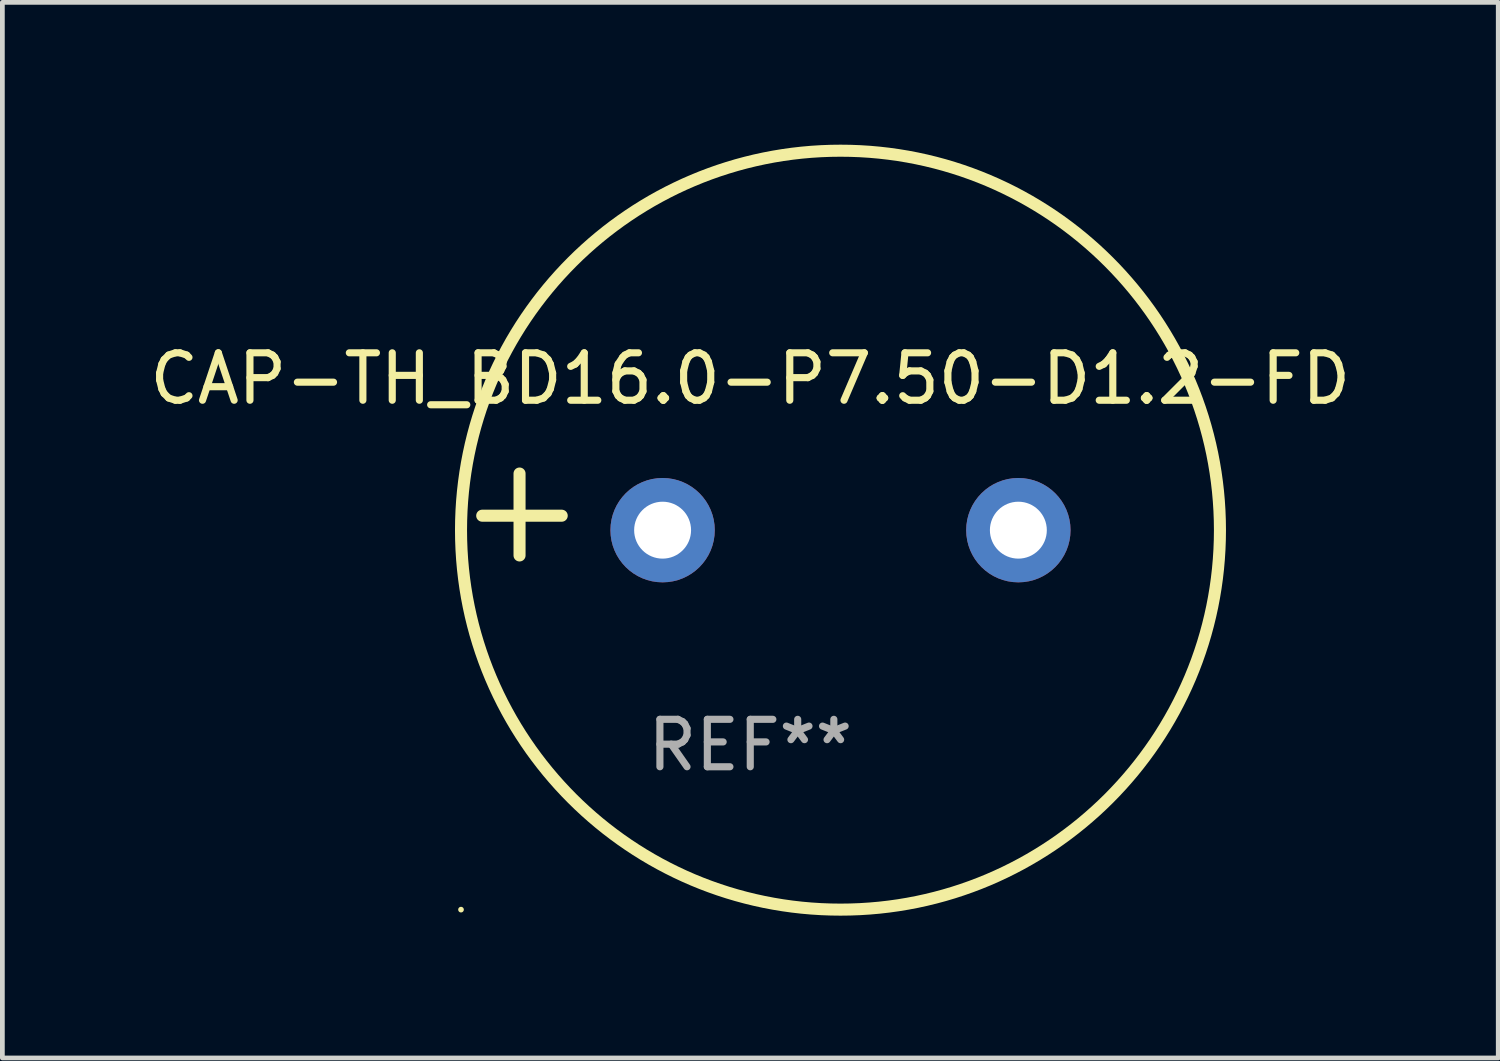
<source format=kicad_pcb>
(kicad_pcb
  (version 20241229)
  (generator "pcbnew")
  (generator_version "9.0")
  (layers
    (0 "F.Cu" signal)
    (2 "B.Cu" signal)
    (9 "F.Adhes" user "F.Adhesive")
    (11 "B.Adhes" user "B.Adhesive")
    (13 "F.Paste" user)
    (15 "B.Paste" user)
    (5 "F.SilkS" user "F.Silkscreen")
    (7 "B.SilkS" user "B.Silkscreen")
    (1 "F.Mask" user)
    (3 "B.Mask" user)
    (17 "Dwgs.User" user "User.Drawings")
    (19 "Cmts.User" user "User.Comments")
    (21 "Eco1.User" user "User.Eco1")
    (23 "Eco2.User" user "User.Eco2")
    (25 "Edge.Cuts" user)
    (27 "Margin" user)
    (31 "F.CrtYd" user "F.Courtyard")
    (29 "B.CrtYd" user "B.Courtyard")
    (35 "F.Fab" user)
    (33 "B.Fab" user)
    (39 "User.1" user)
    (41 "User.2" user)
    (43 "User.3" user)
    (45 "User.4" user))
  (footprint "CAP-TH_BD16.0-P7.50-D1.2-FD"
    (layer "F.Cu")
    (at 14.669 8.127)
    (property "Reference" "CAP-TH_BD16.0-P7.50-D1.2-FD" (at -1.902 -3.194 0) (layer "F.SilkS") (effects (font (size 1 1) (thickness 0.15))))
    (attr through_hole)
    (fp_line (start -6.766 0.533) (end -6.766 -1.194) (stroke (width 0.254) (type solid)) (layer "F.SilkS"))
    (fp_line (start -5.877 -0.305) (end -7.553 -0.305) (stroke (width 0.254) (type solid)) (layer "F.SilkS"))
    (fp_circle (center -8 8) (end -7.97 8) (stroke (width 0.06) (type solid)) (fill no) (layer "F.SilkS"))
    (fp_circle (center 0.000127 0) (end 8 0) (stroke (width 0.254) (type solid)) (fill no) (layer "F.SilkS"))
    (fp_text user "REF**" (at -1.902 4.533 0) (layer "F.Fab") (effects (font (size 1 1) (thickness 0.15))))
    (pad "1" thru_hole circle (at -3.75 0) (size 2.2 2.2) (drill 1.2) (layers "*.Cu" "*.Mask"))
    (pad "2" thru_hole circle (at 3.75 0) (size 2.2 2.2) (drill 1.2) (layers "*.Cu" "*.Mask")))
  (gr_rect
    (start -3 -3)
    (end 28.536 19.254)
    (stroke (width 0.1) (type default))
    (fill no)
    (layer "Edge.Cuts")))
</source>
